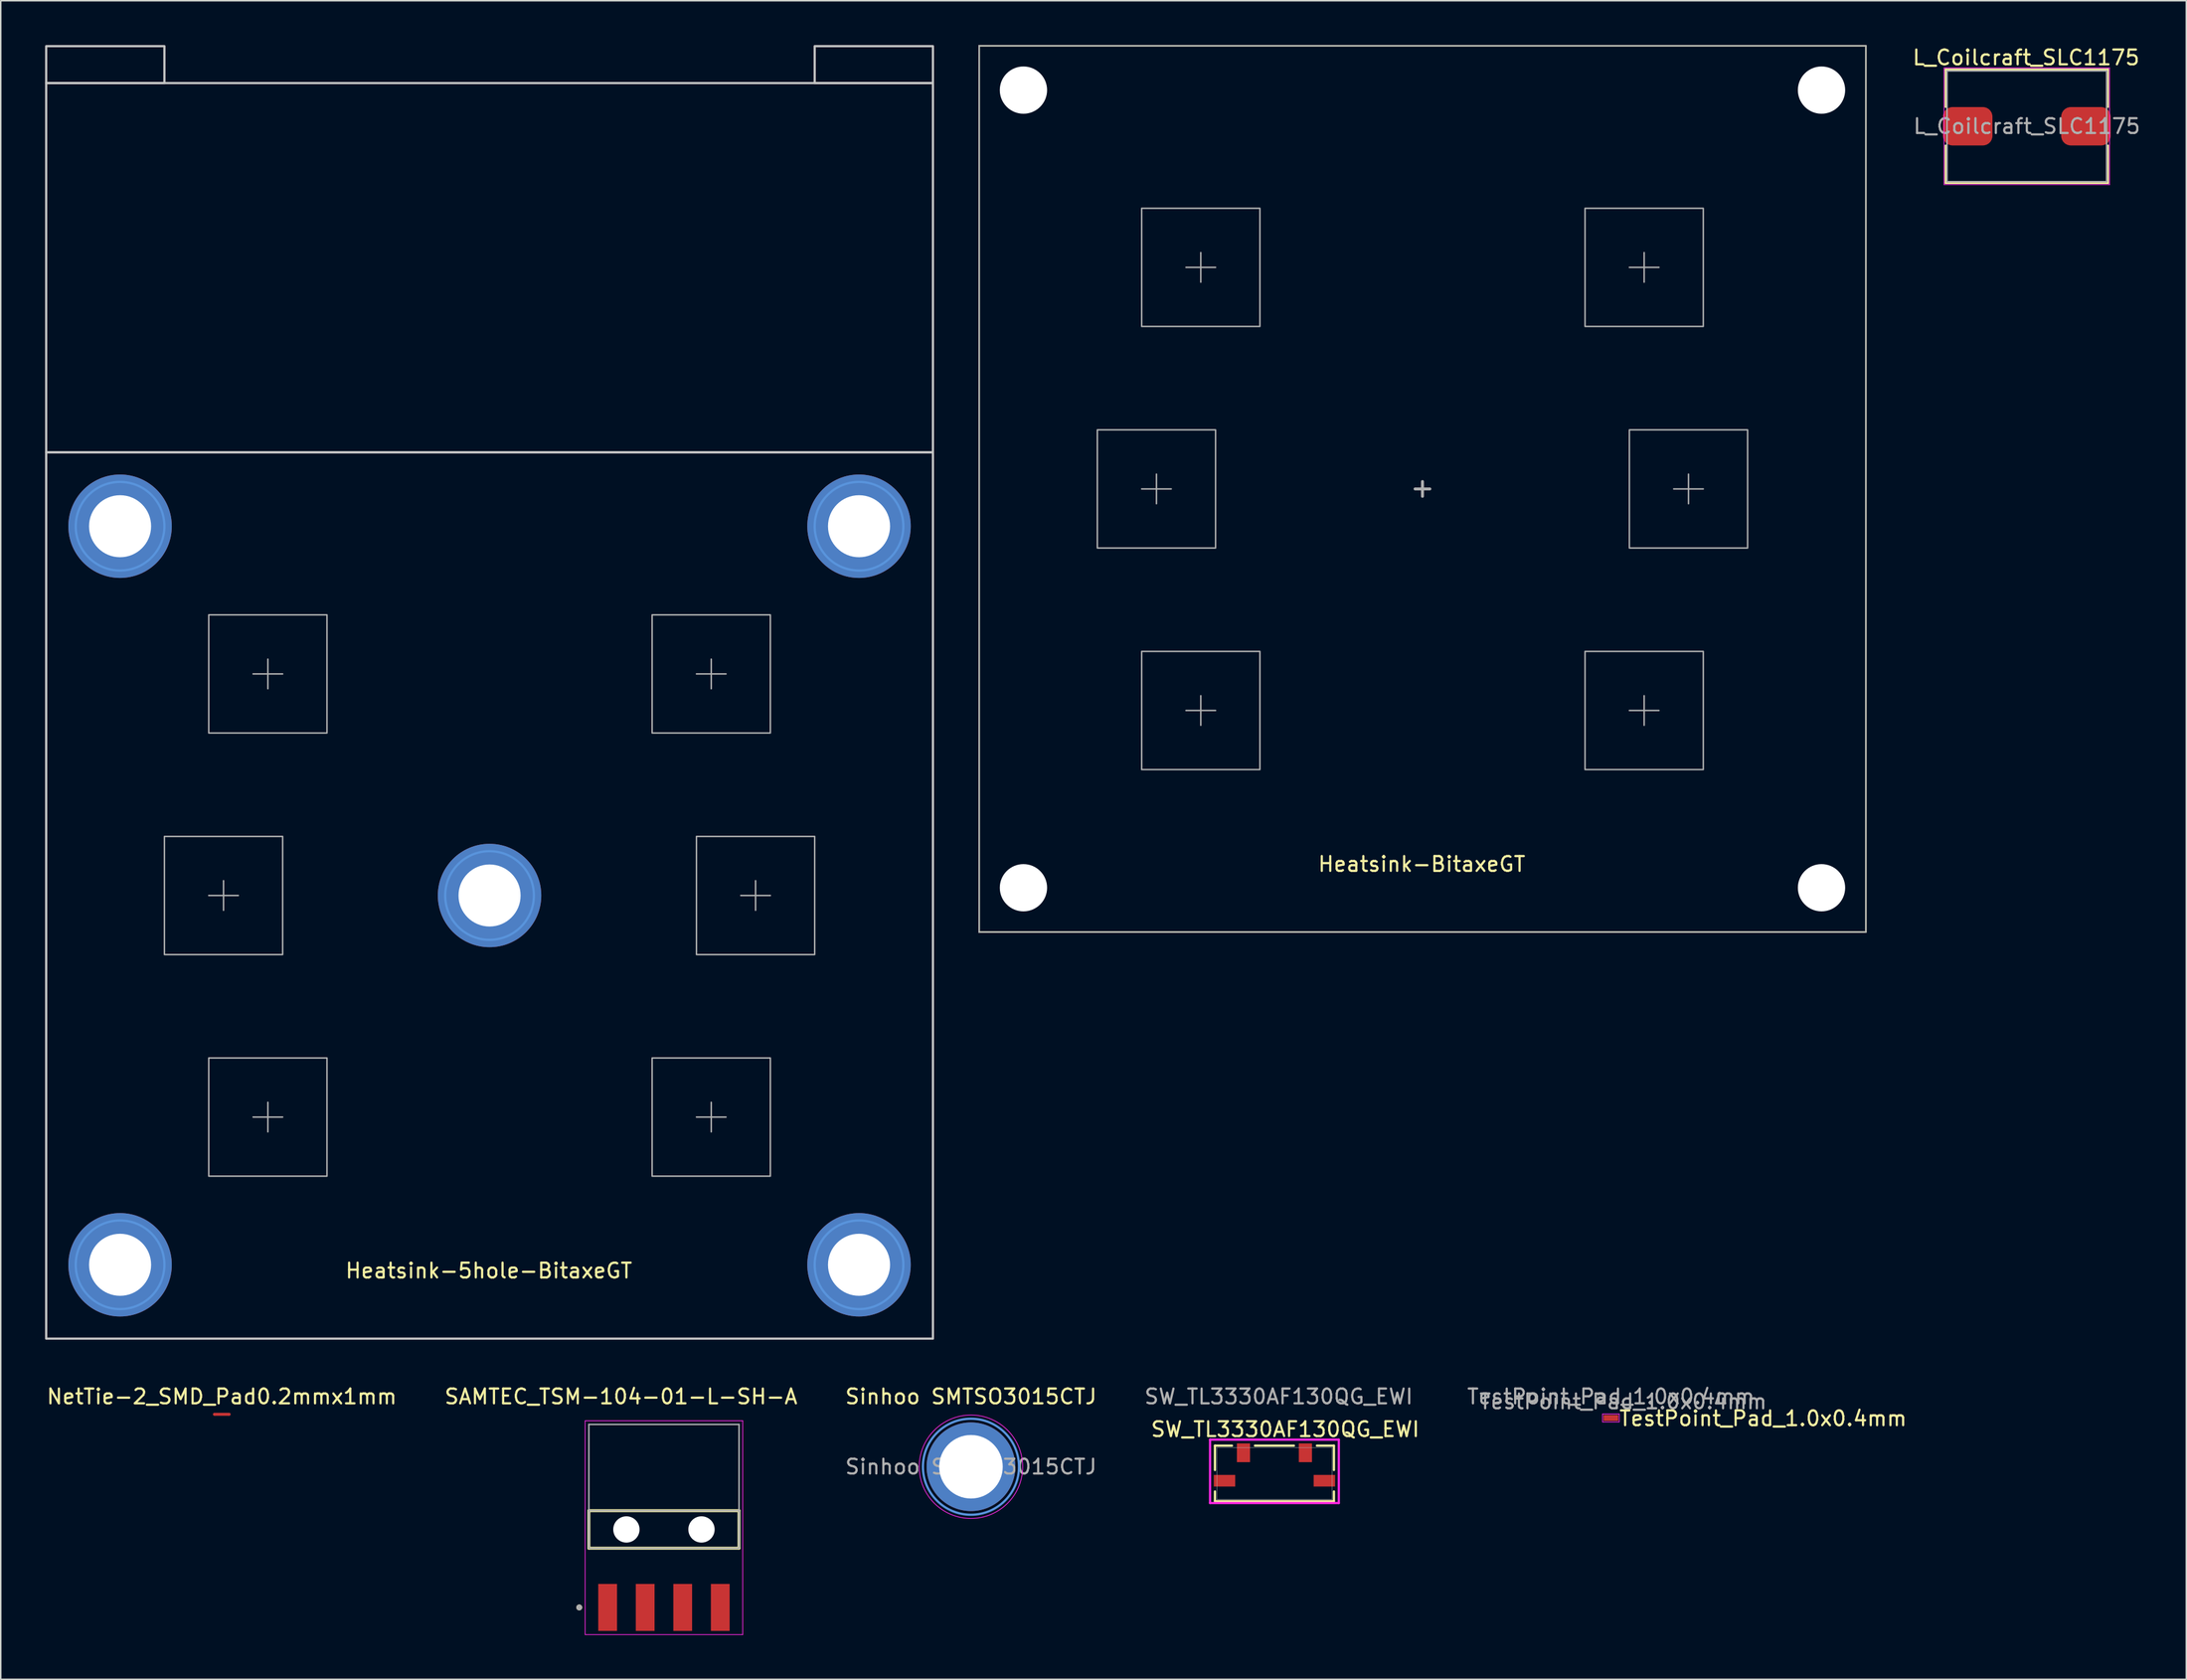
<source format=kicad_pcb>
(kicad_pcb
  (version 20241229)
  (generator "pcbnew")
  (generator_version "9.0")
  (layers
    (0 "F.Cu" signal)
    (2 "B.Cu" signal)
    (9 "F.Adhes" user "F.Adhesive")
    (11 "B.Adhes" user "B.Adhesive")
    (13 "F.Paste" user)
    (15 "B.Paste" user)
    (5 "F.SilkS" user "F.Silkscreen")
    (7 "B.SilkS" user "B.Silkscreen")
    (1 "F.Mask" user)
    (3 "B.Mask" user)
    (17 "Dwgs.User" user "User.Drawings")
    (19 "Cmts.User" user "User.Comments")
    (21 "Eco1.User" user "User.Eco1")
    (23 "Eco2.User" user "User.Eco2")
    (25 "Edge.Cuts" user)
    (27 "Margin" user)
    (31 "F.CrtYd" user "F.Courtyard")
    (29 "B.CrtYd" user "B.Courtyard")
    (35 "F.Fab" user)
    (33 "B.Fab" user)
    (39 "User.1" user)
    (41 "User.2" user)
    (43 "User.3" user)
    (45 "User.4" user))
  (footprint "TestPoint_Pad_1.0x0.4mm"
    (layer "F.Cu")
    (at 105.949 92.946)
    (property "Reference" "TestPoint_Pad_1.0x0.4mm" (at 0 -1.448 0) (layer "F.Fab") (effects (font (size 1 1) (thickness 0.15))))
    (property "Value" "TestPoint_Pad_1.0x0.4mm" (at 0 1.55 0) (layer "F.SilkS") (hide yes) (effects (font (size 1 1) (thickness 0.15))))
    (attr exclude_from_pos_files exclude_from_bom)
    (fp_rect (start -0.566 -0.274) (end 0.566 0.273) (stroke (width 0.05) (type default)) (fill no) (layer "F.CrtYd"))
    (fp_text user "${VALUE}" (at 0.484 0.616 0) (unlocked yes) (layer "F.SilkS") (effects (font (size 1 1) (thickness 0.15)) (justify left bottom)))
    (fp_text user "${REFERENCE}" (at 0.827 -1.112 0) (layer "F.Fab") (effects (font (size 1 1) (thickness 0.15))))
    (pad "1" smd rect (at 0 0) (size 1 0.4) (layers "F.Cu" "F.Mask")))
  (footprint "Heatsink-BitaxeGT"
    (layer "F.Cu")
    (at 93.2 30.05)
    (property "Reference" "Heatsink-BitaxeGT" (at -0.05 25.4 0) (unlocked yes) (layer "F.SilkS") (effects (font (size 1 1) (thickness 0.15))))
    (attr smd)
    (fp_line (start -30 -30) (end 30 -30) (stroke (width 0.1) (type default)) (layer "F.SilkS"))
    (fp_line (start -30 30) (end -30 -30) (stroke (width 0.1) (type default)) (layer "F.SilkS"))
    (fp_line (start 30 -30) (end 30 30) (stroke (width 0.1) (type default)) (layer "F.SilkS"))
    (fp_line (start 30 30) (end -30 30) (stroke (width 0.1) (type default)) (layer "F.SilkS"))
    (fp_line (start -30 -30) (end 30 -30) (stroke (width 0.1) (type default)) (layer "F.Fab"))
    (fp_line (start -30 30) (end -30 -30) (stroke (width 0.1) (type default)) (layer "F.Fab"))
    (fp_line (start -30 30) (end 30 30) (stroke (width 0.1) (type default)) (layer "F.Fab"))
    (fp_line (start -19 0) (end -17 0) (stroke (width 0.1) (type default)) (layer "F.Fab"))
    (fp_line (start -18 -1) (end -18 1) (stroke (width 0.1) (type default)) (layer "F.Fab"))
    (fp_line (start -16 -15) (end -14 -15) (stroke (width 0.1) (type default)) (layer "F.Fab"))
    (fp_line (start -16 15) (end -14 15) (stroke (width 0.1) (type default)) (layer "F.Fab"))
    (fp_line (start -15 -16) (end -15 -14) (stroke (width 0.1) (type default)) (layer "F.Fab"))
    (fp_line (start -15 14) (end -15 16) (stroke (width 0.1) (type default)) (layer "F.Fab"))
    (fp_line (start -0.5 0) (end 0.5 0) (stroke (width 0.2) (type default)) (layer "F.Fab"))
    (fp_line (start 0 -0.5) (end 0 0.5) (stroke (width 0.2) (type default)) (layer "F.Fab"))
    (fp_line (start 14 -15) (end 16 -15) (stroke (width 0.1) (type default)) (layer "F.Fab"))
    (fp_line (start 14 15) (end 16 15) (stroke (width 0.1) (type default)) (layer "F.Fab"))
    (fp_line (start 15 -16) (end 15 -14) (stroke (width 0.1) (type default)) (layer "F.Fab"))
    (fp_line (start 15 14) (end 15 16) (stroke (width 0.1) (type default)) (layer "F.Fab"))
    (fp_line (start 17 0) (end 19 0) (stroke (width 0.1) (type default)) (layer "F.Fab"))
    (fp_line (start 18 -1) (end 18 1) (stroke (width 0.1) (type default)) (layer "F.Fab"))
    (fp_line (start 30 30) (end 30 -30) (stroke (width 0.1) (type default)) (layer "F.Fab"))
    (fp_rect (start -22 -4) (end -14 4) (stroke (width 0.1) (type default)) (fill no) (layer "F.Fab"))
    (fp_rect (start -19 -19) (end -11 -11) (stroke (width 0.1) (type default)) (fill no) (layer "F.Fab"))
    (fp_rect (start -19 11) (end -11 19) (stroke (width 0.1) (type default)) (fill no) (layer "F.Fab"))
    (fp_rect (start 11 -19) (end 19 -11) (stroke (width 0.1) (type default)) (fill no) (layer "F.Fab"))
    (fp_rect (start 11 11) (end 19 19) (stroke (width 0.1) (type default)) (fill no) (layer "F.Fab"))
    (fp_rect (start 14 -4) (end 22 4) (stroke (width 0.1) (type default)) (fill no) (layer "F.Fab"))
    (pad "" np_thru_hole circle (at -27 -27) (size 3.2 3.2) (drill 3.2) (layers "*.Cu" "*.Mask"))
    (pad "" np_thru_hole circle (at -27 27) (size 3.2 3.2) (drill 3.2) (layers "*.Cu" "*.Mask"))
    (pad "" np_thru_hole circle (at 27 -27) (size 3.2 3.2) (drill 3.2) (layers "*.Cu" "*.Mask"))
    (pad "" np_thru_hole circle (at 27 27) (size 3.2 3.2) (drill 3.2) (layers "*.Cu" "*.Mask")))
  (footprint "SAMTEC_TSM-104-01-L-SH-A"
    (layer "F.Cu")
    (at 41.875 100.493)
    (property "Reference" "SAMTEC_TSM-104-01-L-SH-A" (at -2.905 -8.995 0) (layer "F.SilkS") (effects (font (size 1 1) (thickness 0.15))))
    (attr smd)
    (fp_line (start -5.08 1.27) (end -5.08 -1.27) (stroke (width 0.2) (type solid)) (layer "F.SilkS"))
    (fp_line (start 5.08 -1.27) (end -5.08 -1.27) (stroke (width 0.2) (type solid)) (layer "F.SilkS"))
    (fp_line (start 5.08 -1.27) (end 5.08 1.27) (stroke (width 0.2) (type solid)) (layer "F.SilkS"))
    (fp_line (start 5.08 1.27) (end -5.08 1.27) (stroke (width 0.2) (type solid)) (layer "F.SilkS"))
    (fp_circle (center -5.73 5.28) (end -5.63 5.28) (stroke (width 0.2) (type solid)) (fill no) (layer "F.SilkS"))
    (fp_line (start -5.33 -7.36) (end 5.33 -7.36) (stroke (width 0.05) (type solid)) (layer "F.CrtYd"))
    (fp_line (start -5.33 7.12) (end -5.33 -7.36) (stroke (width 0.05) (type solid)) (layer "F.CrtYd"))
    (fp_line (start 5.33 -7.36) (end 5.33 7.12) (stroke (width 0.05) (type solid)) (layer "F.CrtYd"))
    (fp_line (start 5.33 7.12) (end -5.33 7.12) (stroke (width 0.05) (type solid)) (layer "F.CrtYd"))
    (fp_line (start -5.08 -7.11) (end 5.08 -7.11) (stroke (width 0.1) (type solid)) (layer "F.Fab"))
    (fp_line (start -5.08 -1.27) (end 5.08 -1.27) (stroke (width 0.1) (type solid)) (layer "F.Fab"))
    (fp_line (start -5.08 1.27) (end -5.08 -7.11) (stroke (width 0.1) (type solid)) (layer "F.Fab"))
    (fp_line (start -5.08 1.27) (end -5.08 -1.27) (stroke (width 0.1) (type solid)) (layer "F.Fab"))
    (fp_line (start 5.08 -7.11) (end 5.08 1.27) (stroke (width 0.1) (type solid)) (layer "F.Fab"))
    (fp_line (start 5.08 -1.27) (end 5.08 1.27) (stroke (width 0.1) (type solid)) (layer "F.Fab"))
    (fp_line (start 5.08 1.27) (end -5.08 1.27) (stroke (width 0.1) (type solid)) (layer "F.Fab"))
    (fp_circle (center -5.73 5.28) (end -5.63 5.28) (stroke (width 0.2) (type solid)) (fill no) (layer "F.Fab"))
    (fp_rect (start -5.806 -7.444) (end -1.812 -1.282) (stroke (width 0.1) (type solid)) (fill no) (layer "User.1"))
    (fp_rect (start 1.865 -7.452) (end 5.843 -1.289) (stroke (width 0.1) (type solid)) (fill no) (layer "User.1"))
    (pad "" np_thru_hole circle (at -2.54 0) (size 1.78 1.78) (drill 1.78) (layers "*.Cu" "*.Mask"))
    (pad "" np_thru_hole circle (at 2.54 0) (size 1.78 1.78) (drill 1.78) (layers "*.Cu" "*.Mask"))
    (pad "1" smd rect (at -3.81 5.28) (size 1.27 3.18) (layers "F.Cu" "F.Mask" "F.Paste"))
    (pad "2" smd rect (at -1.27 5.28) (size 1.27 3.18) (layers "F.Cu" "F.Mask" "F.Paste"))
    (pad "3" smd rect (at 1.27 5.28) (size 1.27 3.18) (layers "F.Cu" "F.Mask" "F.Paste"))
    (pad "4" smd rect (at 3.81 5.28) (size 1.27 3.18) (layers "F.Cu" "F.Mask" "F.Paste")))
  (footprint "NetTie-2_SMD_Pad0.2mmx1mm"
    (layer "F.Cu")
    (at 11.958 92.698)
    (property "Reference" "NetTie-2_SMD_Pad0.2mmx1mm" (at 0 -1.2 0) (layer "F.SilkS") (effects (font (size 1 1) (thickness 0.15))))
    (attr exclude_from_pos_files exclude_from_bom allow_missing_courtyard)
    (fp_poly (pts (xy -0.5 -0.1) (xy 0.5 -0.1) (xy 0.5 0.1) (xy -0.5 0.1)) (stroke (width 0) (type solid)) (fill yes) (layer "F.Cu"))
    (pad "1" smd circle (at -0.5 0) (size 0.2 0.2) (layers "F.Cu"))
    (pad "2" smd circle (at 0.5 0) (size 0.2 0.2) (layers "F.Cu")))
  (footprint "Heatsink-5hole-BitaxeGT"
    (layer "F.Cu")
    (at 30.075 57.575)
    (property "Reference" "Heatsink-5hole-BitaxeGT" (at -0.05 25.4 0) (unlocked yes) (layer "F.SilkS") (effects (font (size 1 1) (thickness 0.15))))
    (attr smd)
    (fp_rect (start -30 -57.5) (end -22 -55) (stroke (width 0.15) (type solid)) (fill no) (layer "Dwgs.User"))
    (fp_rect (start -30 -55) (end 30 -30) (stroke (width 0.15) (type solid)) (fill no) (layer "Dwgs.User"))
    (fp_rect (start -30 -30) (end 30 30) (stroke (width 0.15) (type solid)) (fill no) (layer "Dwgs.User"))
    (fp_rect (start 22 -57.5) (end 30 -55) (stroke (width 0.15) (type solid)) (fill no) (layer "Dwgs.User"))
    (fp_circle (center -25 -25) (end -22 -25) (stroke (width 0.15) (type solid)) (fill no) (layer "Cmts.User"))
    (fp_circle (center -25 25) (end -22 25) (stroke (width 0.15) (type solid)) (fill no) (layer "Cmts.User"))
    (fp_circle (center 0 0) (end 3 0) (stroke (width 0.15) (type solid)) (fill no) (layer "Cmts.User"))
    (fp_circle (center 25 -25) (end 28 -25) (stroke (width 0.15) (type solid)) (fill no) (layer "Cmts.User"))
    (fp_circle (center 25 25) (end 28 25) (stroke (width 0.15) (type solid)) (fill no) (layer "Cmts.User"))
    (fp_circle (center -25 -25) (end -22 -25) (stroke (width 0.05) (type solid)) (fill no) (layer "F.CrtYd"))
    (fp_circle (center -25 25) (end -22 25) (stroke (width 0.05) (type solid)) (fill no) (layer "F.CrtYd"))
    (fp_circle (center 0 0) (end 3 0) (stroke (width 0.05) (type solid)) (fill no) (layer "F.CrtYd"))
    (fp_circle (center 25 -25) (end 28 -25) (stroke (width 0.05) (type solid)) (fill no) (layer "F.CrtYd"))
    (fp_circle (center 25 25) (end 28 25) (stroke (width 0.05) (type solid)) (fill no) (layer "F.CrtYd"))
    (fp_line (start -30 -30) (end 30 -30) (stroke (width 0.1) (type default)) (layer "F.Fab"))
    (fp_line (start -30 30) (end -30 -30) (stroke (width 0.1) (type default)) (layer "F.Fab"))
    (fp_line (start -30 30) (end 30 30) (stroke (width 0.1) (type default)) (layer "F.Fab"))
    (fp_line (start -19 0) (end -17 0) (stroke (width 0.1) (type default)) (layer "F.Fab"))
    (fp_line (start -18 -1) (end -18 1) (stroke (width 0.1) (type default)) (layer "F.Fab"))
    (fp_line (start -16 -15) (end -14 -15) (stroke (width 0.1) (type default)) (layer "F.Fab"))
    (fp_line (start -16 15) (end -14 15) (stroke (width 0.1) (type default)) (layer "F.Fab"))
    (fp_line (start -15 -16) (end -15 -14) (stroke (width 0.1) (type default)) (layer "F.Fab"))
    (fp_line (start -15 14) (end -15 16) (stroke (width 0.1) (type default)) (layer "F.Fab"))
    (fp_line (start -0.243 0) (end 0.757 0) (stroke (width 0.2) (type default)) (layer "F.Fab"))
    (fp_line (start 0.257 -0.5) (end 0.257 0.5) (stroke (width 0.2) (type default)) (layer "F.Fab"))
    (fp_line (start 14 -15) (end 16 -15) (stroke (width 0.1) (type default)) (layer "F.Fab"))
    (fp_line (start 14 15) (end 16 15) (stroke (width 0.1) (type default)) (layer "F.Fab"))
    (fp_line (start 15 -16) (end 15 -14) (stroke (width 0.1) (type default)) (layer "F.Fab"))
    (fp_line (start 15 14) (end 15 16) (stroke (width 0.1) (type default)) (layer "F.Fab"))
    (fp_line (start 17 0) (end 19 0) (stroke (width 0.1) (type default)) (layer "F.Fab"))
    (fp_line (start 18 -1) (end 18 1) (stroke (width 0.1) (type default)) (layer "F.Fab"))
    (fp_line (start 30 30) (end 30 -30) (stroke (width 0.1) (type default)) (layer "F.Fab"))
    (fp_rect (start -22 -4) (end -14 4) (stroke (width 0.1) (type default)) (fill no) (layer "F.Fab"))
    (fp_rect (start -19 -19) (end -11 -11) (stroke (width 0.1) (type default)) (fill no) (layer "F.Fab"))
    (fp_rect (start -19 11) (end -11 19) (stroke (width 0.1) (type default)) (fill no) (layer "F.Fab"))
    (fp_rect (start 11 -19) (end 19 -11) (stroke (width 0.1) (type default)) (fill no) (layer "F.Fab"))
    (fp_rect (start 11 11) (end 19 19) (stroke (width 0.1) (type default)) (fill no) (layer "F.Fab"))
    (fp_rect (start 14 -4) (end 22 4) (stroke (width 0.1) (type default)) (fill no) (layer "F.Fab"))
    (pad "1" thru_hole circle (at -25 -25) (size 7 7) (drill 4.2) (layers "*.Cu" "*.Mask"))
    (pad "2" thru_hole circle (at 25 -25) (size 7 7) (drill 4.2) (layers "*.Cu" "*.Mask"))
    (pad "3" thru_hole circle (at 25 25) (size 7 7) (drill 4.2) (layers "*.Cu" "*.Mask"))
    (pad "4" thru_hole circle (at -25 25) (size 7 7) (drill 4.2) (layers "*.Cu" "*.Mask"))
    (pad "5" thru_hole circle (at 0 0) (size 7 7) (drill 4.2) (layers "*.Cu" "*.Mask")))
  (footprint "L_Coilcraft_SLC1175"
    (layer "F.Cu")
    (at 134.092 5.498)
    (property "Reference" "L_Coilcraft_SLC1175" (at -0.05 -4.65 0) (layer "F.SilkS") (effects (font (size 1 1) (thickness 0.15))))
    (attr smd)
    (fp_line (start -5.5 -3.85) (end -5.5 -1.3) (stroke (width 0.12) (type solid)) (layer "F.SilkS"))
    (fp_line (start -5.5 -3.85) (end 5.5 -3.85) (stroke (width 0.12) (type solid)) (layer "F.SilkS"))
    (fp_line (start -5.5 3.85) (end -5.5 1.3) (stroke (width 0.12) (type solid)) (layer "F.SilkS"))
    (fp_line (start -5.5 3.85) (end 5.5 3.85) (stroke (width 0.12) (type solid)) (layer "F.SilkS"))
    (fp_line (start 5.5 -3.85) (end 5.5 -1.3) (stroke (width 0.12) (type solid)) (layer "F.SilkS"))
    (fp_line (start 5.5 3.85) (end 5.5 1.3) (stroke (width 0.12) (type solid)) (layer "F.SilkS"))
    (fp_line (start -5.6 -3.95) (end -5.6 3.95) (stroke (width 0.05) (type solid)) (layer "F.CrtYd"))
    (fp_line (start -5.6 3.95) (end 5.6 3.95) (stroke (width 0.05) (type solid)) (layer "F.CrtYd"))
    (fp_line (start 5.6 -3.95) (end -5.6 -3.95) (stroke (width 0.05) (type solid)) (layer "F.CrtYd"))
    (fp_line (start 5.6 3.95) (end 5.6 -3.95) (stroke (width 0.05) (type solid)) (layer "F.CrtYd"))
    (fp_line (start -5.4 -3.75) (end 5.4 -3.75) (stroke (width 0.1) (type solid)) (layer "F.Fab"))
    (fp_line (start -5.4 3.75) (end -5.4 -3.75) (stroke (width 0.1) (type solid)) (layer "F.Fab"))
    (fp_line (start 5.4 -3.75) (end 5.4 3.75) (stroke (width 0.1) (type solid)) (layer "F.Fab"))
    (fp_line (start 5.4 3.75) (end -5.4 3.75) (stroke (width 0.1) (type solid)) (layer "F.Fab"))
    (fp_text user "${REFERENCE}" (at 0 0 0) (layer "F.Fab") (effects (font (size 1 1) (thickness 0.15))))
    (pad "1" smd roundrect (at -4 0) (size 3.35 2.6) (layers "F.Cu" "F.Mask" "F.Paste") (roundrect_rratio 0.25))
    (pad "2" smd roundrect (at 4 0) (size 3.35 2.6) (layers "F.Cu" "F.Mask" "F.Paste") (roundrect_rratio 0.25)))
  (footprint "Sinhoo SMTSO3015CTJ"
    (layer "F.Cu")
    (at 62.649 96.248)
    (property "Reference" "Sinhoo SMTSO3015CTJ" (at 0 -4.75 0) (layer "F.SilkS") (effects (font (size 1 1) (thickness 0.15))))
    (attr exclude_from_pos_files exclude_from_bom)
    (fp_arc (start -2.537928 -0.410389) (mid -1.85 -1.8) (end -0.489578 -2.543988) (stroke (width 0.5) (type solid)) (layer "F.Paste"))
    (fp_arc (start -0.410389 2.537928) (mid -1.8 1.85) (end -2.543988 0.489578) (stroke (width 0.5) (type solid)) (layer "F.Paste"))
    (fp_arc (start 0.396477 -2.54835) (mid 1.786088 -1.860422) (end 2.530076 -0.5) (stroke (width 0.5) (type solid)) (layer "F.Paste"))
    (fp_arc (start 2.537928 0.410389) (mid 1.85 1.8) (end 0.489578 2.543988) (stroke (width 0.5) (type solid)) (layer "F.Paste"))
    (fp_circle (center 0 0) (end 3.25 0) (stroke (width 0.15) (type solid)) (fill no) (layer "Cmts.User"))
    (fp_circle (center 0 0) (end 3.5 0) (stroke (width 0.05) (type solid)) (fill no) (layer "F.CrtYd"))
    (fp_text user "${REFERENCE}" (at 0 0 0) (layer "F.Fab") (effects (font (size 1 1) (thickness 0.15))))
    (pad "1" thru_hole circle (at 0 0) (size 6 6) (drill 4.3) (layers "*.Cu" "*.Mask")))
  (footprint "SW_TL3330AF130QG_EWI"
    (layer "F.Cu")
    (at 83.183 96.699)
    (property "Reference" "SW_TL3330AF130QG_EWI" (at 0.73 -2.985 0) (unlocked yes) (layer "F.SilkS") (effects (font (size 1 1) (thickness 0.15))))
    (attr smd)
    (fp_line (start -4.026 -1.88) (end -4.026 -0.231) (stroke (width 0.152) (type solid)) (layer "F.SilkS"))
    (fp_line (start -4.026 1.222) (end -4.026 1.88) (stroke (width 0.152) (type solid)) (layer "F.SilkS"))
    (fp_line (start -4.026 1.88) (end 4.026 1.88) (stroke (width 0.152) (type solid)) (layer "F.SilkS"))
    (fp_line (start -2.873 -1.88) (end -4.026 -1.88) (stroke (width 0.152) (type solid)) (layer "F.SilkS"))
    (fp_line (start 1.318 -1.88) (end -1.318 -1.88) (stroke (width 0.152) (type solid)) (layer "F.SilkS"))
    (fp_line (start 4.026 -1.88) (end 2.873 -1.88) (stroke (width 0.152) (type solid)) (layer "F.SilkS"))
    (fp_line (start 4.026 -0.231) (end 4.026 -1.88) (stroke (width 0.152) (type solid)) (layer "F.SilkS"))
    (fp_line (start 4.026 1.88) (end 4.026 1.222) (stroke (width 0.152) (type solid)) (layer "F.SilkS"))
    (fp_line (start -4.356 -2.286) (end -4.356 2.007) (stroke (width 0.152) (type solid)) (layer "F.CrtYd"))
    (fp_line (start -4.356 2.007) (end 4.356 2.007) (stroke (width 0.152) (type solid)) (layer "F.CrtYd"))
    (fp_line (start 4.356 -2.286) (end -4.356 -2.286) (stroke (width 0.152) (type solid)) (layer "F.CrtYd"))
    (fp_line (start 4.356 2.007) (end 4.356 -2.286) (stroke (width 0.152) (type solid)) (layer "F.CrtYd"))
    (fp_line (start -3.899 -1.753) (end -3.899 1.753) (stroke (width 0.025) (type solid)) (layer "F.Fab"))
    (fp_line (start -3.899 1.753) (end 3.899 1.753) (stroke (width 0.025) (type solid)) (layer "F.Fab"))
    (fp_line (start 3.899 -1.753) (end -3.899 -1.753) (stroke (width 0.025) (type solid)) (layer "F.Fab"))
    (fp_line (start 3.899 1.753) (end 3.899 -1.753) (stroke (width 0.025) (type solid)) (layer "F.Fab"))
    (fp_text user "${REFERENCE}" (at 0.287 -5.201 0) (unlocked yes) (layer "F.Fab") (effects (font (size 1 1) (thickness 0.15))))
    (pad "1" smd rect (at -2.095 -1.397) (size 0.889 1.27) (layers "F.Cu" "F.Mask" "F.Paste"))
    (pad "2" smd rect (at 2.095 -1.397) (size 0.889 1.27) (layers "F.Cu" "F.Mask" "F.Paste"))
    (pad "3" smd rect (at -3.378 0.495) (size 1.448 0.787) (layers "F.Cu" "F.Mask" "F.Paste"))
    (pad "4" smd rect (at 3.378 0.495) (size 1.448 0.787) (layers "F.Cu" "F.Mask" "F.Paste")))
  (gr_rect
    (start -3 -3)
    (end 144.883 110.638)
    (stroke (width 0.1) (type default))
    (fill no)
    (layer "Edge.Cuts")))
</source>
